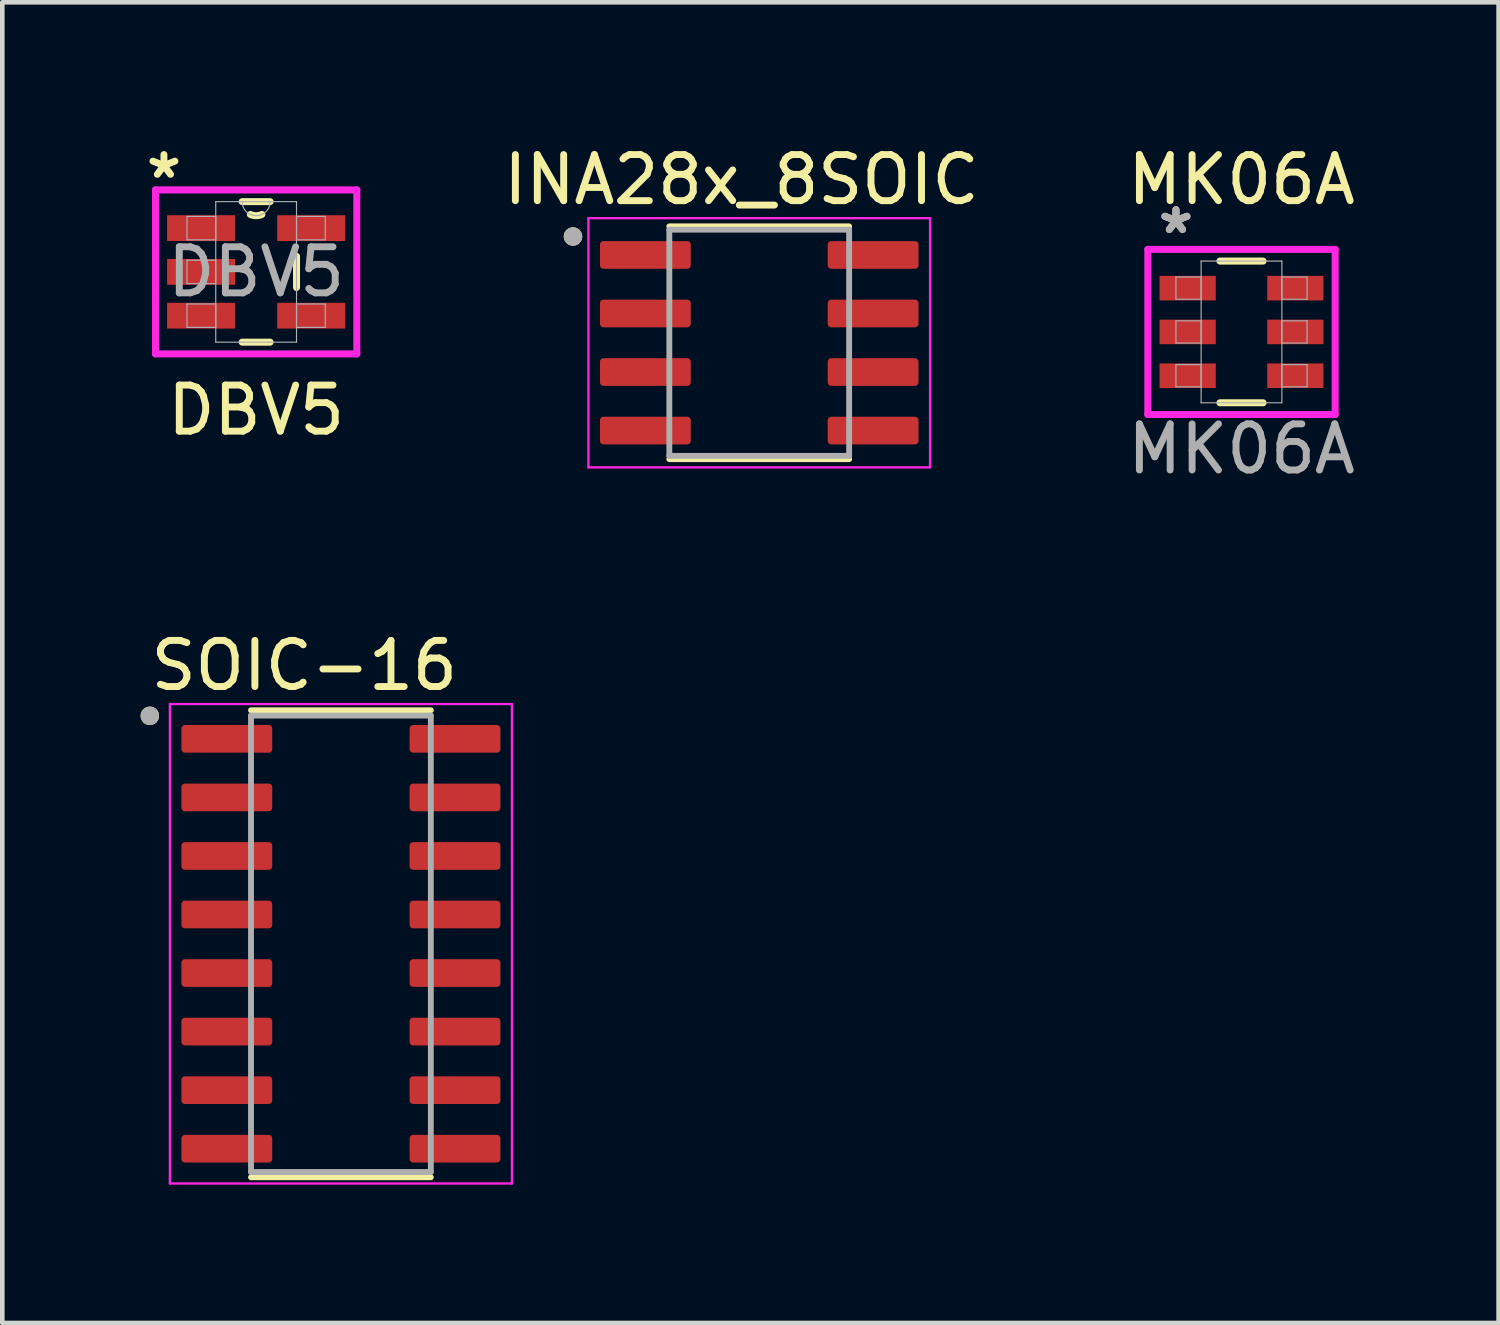
<source format=kicad_pcb>
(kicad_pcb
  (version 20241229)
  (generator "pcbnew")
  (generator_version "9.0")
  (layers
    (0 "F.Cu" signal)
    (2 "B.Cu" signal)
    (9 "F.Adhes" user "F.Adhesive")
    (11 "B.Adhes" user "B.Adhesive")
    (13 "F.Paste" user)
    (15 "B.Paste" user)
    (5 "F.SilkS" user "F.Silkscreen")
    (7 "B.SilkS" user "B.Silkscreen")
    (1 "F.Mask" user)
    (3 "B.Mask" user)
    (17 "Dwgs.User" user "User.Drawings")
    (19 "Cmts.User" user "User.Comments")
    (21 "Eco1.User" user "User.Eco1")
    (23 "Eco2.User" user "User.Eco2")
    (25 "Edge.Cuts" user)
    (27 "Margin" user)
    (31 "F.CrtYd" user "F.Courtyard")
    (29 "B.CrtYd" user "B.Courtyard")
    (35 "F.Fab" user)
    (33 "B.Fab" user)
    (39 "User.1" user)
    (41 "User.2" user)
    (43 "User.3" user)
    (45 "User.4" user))
  (footprint "INA28x_8SOIC"
    (layer "F.Cu")
    (at 13.419 4.385)
    (property "Reference" "INA28x_8SOIC" (at -0.385 -3.537 0) (layer "F.SilkS") (effects (font (size 1 1) (thickness 0.15))))
    (attr smd)
    (fp_line (start -1.95 -2.525) (end 1.95 -2.525) (stroke (width 0.127) (type solid)) (layer "F.SilkS"))
    (fp_line (start -1.95 2.525) (end 1.95 2.525) (stroke (width 0.127) (type solid)) (layer "F.SilkS"))
    (fp_circle (center -4.04 -2.305) (end -3.94 -2.305) (stroke (width 0.2) (type solid)) (fill no) (layer "F.SilkS"))
    (fp_line (start -3.705 -2.703) (end -3.705 2.703) (stroke (width 0.05) (type solid)) (layer "F.CrtYd"))
    (fp_line (start -3.705 -2.703) (end 3.705 -2.703) (stroke (width 0.05) (type solid)) (layer "F.CrtYd"))
    (fp_line (start -3.705 2.703) (end 3.705 2.703) (stroke (width 0.05) (type solid)) (layer "F.CrtYd"))
    (fp_line (start 3.705 -2.703) (end 3.705 2.703) (stroke (width 0.05) (type solid)) (layer "F.CrtYd"))
    (fp_line (start -1.95 -2.453) (end -1.95 2.453) (stroke (width 0.127) (type solid)) (layer "F.Fab"))
    (fp_line (start -1.95 -2.453) (end 1.95 -2.453) (stroke (width 0.127) (type solid)) (layer "F.Fab"))
    (fp_line (start -1.95 2.453) (end 1.95 2.453) (stroke (width 0.127) (type solid)) (layer "F.Fab"))
    (fp_line (start 1.95 -2.453) (end 1.95 2.453) (stroke (width 0.127) (type solid)) (layer "F.Fab"))
    (fp_circle (center -4.04 -2.305) (end -3.94 -2.305) (stroke (width 0.2) (type solid)) (fill no) (layer "F.Fab"))
    (pad "1" smd roundrect (at -2.47 -1.905) (size 1.97 0.6) (layers "F.Cu" "F.Mask" "F.Paste") (roundrect_rratio 0.125))
    (pad "2" smd roundrect (at -2.47 -0.635) (size 1.97 0.6) (layers "F.Cu" "F.Mask" "F.Paste") (roundrect_rratio 0.125))
    (pad "3" smd roundrect (at -2.47 0.635) (size 1.97 0.6) (layers "F.Cu" "F.Mask" "F.Paste") (roundrect_rratio 0.125))
    (pad "4" smd roundrect (at -2.47 1.905) (size 1.97 0.6) (layers "F.Cu" "F.Mask" "F.Paste") (roundrect_rratio 0.125))
    (pad "5" smd roundrect (at 2.47 1.905) (size 1.97 0.6) (layers "F.Cu" "F.Mask" "F.Paste") (roundrect_rratio 0.125))
    (pad "6" smd roundrect (at 2.47 0.635) (size 1.97 0.6) (layers "F.Cu" "F.Mask" "F.Paste") (roundrect_rratio 0.125))
    (pad "7" smd roundrect (at 2.47 -0.635) (size 1.97 0.6) (layers "F.Cu" "F.Mask" "F.Paste") (roundrect_rratio 0.125))
    (pad "8" smd roundrect (at 2.47 -1.905) (size 1.97 0.6) (layers "F.Cu" "F.Mask" "F.Paste") (roundrect_rratio 0.125)))
  (footprint "DBV5"
    (layer "F.Cu")
    (at 2.506 2.848)
    (property "Reference" "DBV5" (at 0 3 0) (unlocked yes) (layer "F.SilkS") (effects (font (size 1 1) (thickness 0.15))))
    (attr smd)
    (fp_line (start -0.303 1.524) (end 0.303 1.524) (stroke (width 0.152) (type solid)) (layer "F.SilkS"))
    (fp_line (start 0.303 -1.524) (end -0.303 -1.524) (stroke (width 0.152) (type solid)) (layer "F.SilkS"))
    (fp_line (start 0.876 0.338) (end 0.876 -0.338) (stroke (width 0.152) (type solid)) (layer "F.SilkS"))
    (fp_arc (start 0.124872 -1.245953) (mid 0 -1.2192) (end -0.124872 -1.245953) (stroke (width 0.1524) (type solid)) (layer "F.SilkS"))
    (fp_line (start -2.184 -1.778) (end 2.184 -1.778) (stroke (width 0.152) (type solid)) (layer "F.CrtYd"))
    (fp_line (start -2.184 1.778) (end -2.184 -1.778) (stroke (width 0.152) (type solid)) (layer "F.CrtYd"))
    (fp_line (start 2.184 -1.778) (end 2.184 1.778) (stroke (width 0.152) (type solid)) (layer "F.CrtYd"))
    (fp_line (start 2.184 1.778) (end -2.184 1.778) (stroke (width 0.152) (type solid)) (layer "F.CrtYd"))
    (fp_line (start -1.499 -1.204) (end -1.499 -0.696) (stroke (width 0.025) (type solid)) (layer "F.Fab"))
    (fp_line (start -1.499 -0.696) (end -0.876 -0.696) (stroke (width 0.025) (type solid)) (layer "F.Fab"))
    (fp_line (start -1.499 -0.254) (end -1.499 0.254) (stroke (width 0.025) (type solid)) (layer "F.Fab"))
    (fp_line (start -1.499 0.254) (end -0.876 0.254) (stroke (width 0.025) (type solid)) (layer "F.Fab"))
    (fp_line (start -1.499 0.696) (end -1.499 1.204) (stroke (width 0.025) (type solid)) (layer "F.Fab"))
    (fp_line (start -1.499 1.204) (end -0.876 1.204) (stroke (width 0.025) (type solid)) (layer "F.Fab"))
    (fp_line (start -0.876 -1.524) (end -0.876 1.524) (stroke (width 0.025) (type solid)) (layer "F.Fab"))
    (fp_line (start -0.876 -1.204) (end -1.499 -1.204) (stroke (width 0.025) (type solid)) (layer "F.Fab"))
    (fp_line (start -0.876 -0.696) (end -0.876 -1.204) (stroke (width 0.025) (type solid)) (layer "F.Fab"))
    (fp_line (start -0.876 -0.254) (end -1.499 -0.254) (stroke (width 0.025) (type solid)) (layer "F.Fab"))
    (fp_line (start -0.876 0.254) (end -0.876 -0.254) (stroke (width 0.025) (type solid)) (layer "F.Fab"))
    (fp_line (start -0.876 0.696) (end -1.499 0.696) (stroke (width 0.025) (type solid)) (layer "F.Fab"))
    (fp_line (start -0.876 1.204) (end -0.876 0.696) (stroke (width 0.025) (type solid)) (layer "F.Fab"))
    (fp_line (start -0.876 1.524) (end 0.876 1.524) (stroke (width 0.025) (type solid)) (layer "F.Fab"))
    (fp_line (start 0.876 -1.524) (end -0.876 -1.524) (stroke (width 0.025) (type solid)) (layer "F.Fab"))
    (fp_line (start 0.876 -1.204) (end 0.876 -0.696) (stroke (width 0.025) (type solid)) (layer "F.Fab"))
    (fp_line (start 0.876 -0.696) (end 1.499 -0.696) (stroke (width 0.025) (type solid)) (layer "F.Fab"))
    (fp_line (start 0.876 0.696) (end 0.876 1.204) (stroke (width 0.025) (type solid)) (layer "F.Fab"))
    (fp_line (start 0.876 1.204) (end 1.499 1.204) (stroke (width 0.025) (type solid)) (layer "F.Fab"))
    (fp_line (start 0.876 1.524) (end 0.876 -1.524) (stroke (width 0.025) (type solid)) (layer "F.Fab"))
    (fp_line (start 1.499 -1.204) (end 0.876 -1.204) (stroke (width 0.025) (type solid)) (layer "F.Fab"))
    (fp_line (start 1.499 -0.696) (end 1.499 -1.204) (stroke (width 0.025) (type solid)) (layer "F.Fab"))
    (fp_line (start 1.499 0.696) (end 0.876 0.696) (stroke (width 0.025) (type solid)) (layer "F.Fab"))
    (fp_line (start 1.499 1.204) (end 1.499 0.696) (stroke (width 0.025) (type solid)) (layer "F.Fab"))
    (fp_arc (start 0.3048 -1.524) (mid 0 -1.2192) (end -0.3048 -1.524) (stroke (width 0.0254) (type solid)) (layer "F.Fab"))
    (fp_text user "*" (at -2 -2 0) (unlocked yes) (layer "F.SilkS") (effects (font (size 1 1) (thickness 0.15))))
    (fp_text user "${REFERENCE}" (at 0 0 0) (unlocked yes) (layer "F.Fab") (effects (font (size 1 1) (thickness 0.15))))
    (pad "1" smd rect (at -1.194 -0.95) (size 1.473 0.559) (layers "F.Cu" "F.Mask" "F.Paste"))
    (pad "2" smd rect (at -1.194 0) (size 1.473 0.559) (layers "F.Cu" "F.Mask" "F.Paste"))
    (pad "3" smd rect (at -1.194 0.95) (size 1.473 0.559) (layers "F.Cu" "F.Mask" "F.Paste"))
    (pad "4" smd rect (at 1.194 0.95) (size 1.473 0.559) (layers "F.Cu" "F.Mask" "F.Paste"))
    (pad "5" smd rect (at 1.194 -0.95) (size 1.473 0.559) (layers "F.Cu" "F.Mask" "F.Paste")))
  (footprint "MK06A"
    (layer "F.Cu")
    (at 23.88 4.15)
    (property "Reference" "MK06A" (at 0 -3.302 0) (unlocked yes) (layer "F.SilkS") (effects (font (size 1 1) (thickness 0.15))))
    (attr smd)
    (fp_line (start -0.468 1.537) (end 0.468 1.537) (stroke (width 0.152) (type solid)) (layer "F.SilkS"))
    (fp_line (start 0.468 -1.537) (end -0.468 -1.537) (stroke (width 0.152) (type solid)) (layer "F.SilkS"))
    (fp_line (start -2.032 -1.791) (end 2.032 -1.791) (stroke (width 0.152) (type solid)) (layer "F.CrtYd"))
    (fp_line (start -2.032 1.791) (end -2.032 -1.791) (stroke (width 0.152) (type solid)) (layer "F.CrtYd"))
    (fp_line (start 2.032 -1.791) (end 2.032 1.791) (stroke (width 0.152) (type solid)) (layer "F.CrtYd"))
    (fp_line (start 2.032 1.791) (end -2.032 1.791) (stroke (width 0.152) (type solid)) (layer "F.CrtYd"))
    (fp_line (start -1.422 -1.191) (end -1.422 -0.709) (stroke (width 0.025) (type solid)) (layer "F.Fab"))
    (fp_line (start -1.422 -0.709) (end -0.876 -0.709) (stroke (width 0.025) (type solid)) (layer "F.Fab"))
    (fp_line (start -1.422 -0.241) (end -1.422 0.241) (stroke (width 0.025) (type solid)) (layer "F.Fab"))
    (fp_line (start -1.422 0.241) (end -0.876 0.241) (stroke (width 0.025) (type solid)) (layer "F.Fab"))
    (fp_line (start -1.422 0.709) (end -1.422 1.191) (stroke (width 0.025) (type solid)) (layer "F.Fab"))
    (fp_line (start -1.422 1.191) (end -0.876 1.191) (stroke (width 0.025) (type solid)) (layer "F.Fab"))
    (fp_line (start -0.876 -1.537) (end -0.876 1.537) (stroke (width 0.025) (type solid)) (layer "F.Fab"))
    (fp_line (start -0.876 -1.191) (end -1.422 -1.191) (stroke (width 0.025) (type solid)) (layer "F.Fab"))
    (fp_line (start -0.876 -0.709) (end -0.876 -1.191) (stroke (width 0.025) (type solid)) (layer "F.Fab"))
    (fp_line (start -0.876 -0.241) (end -1.422 -0.241) (stroke (width 0.025) (type solid)) (layer "F.Fab"))
    (fp_line (start -0.876 0.241) (end -0.876 -0.241) (stroke (width 0.025) (type solid)) (layer "F.Fab"))
    (fp_line (start -0.876 0.709) (end -1.422 0.709) (stroke (width 0.025) (type solid)) (layer "F.Fab"))
    (fp_line (start -0.876 1.191) (end -0.876 0.709) (stroke (width 0.025) (type solid)) (layer "F.Fab"))
    (fp_line (start -0.876 1.537) (end 0.876 1.537) (stroke (width 0.025) (type solid)) (layer "F.Fab"))
    (fp_line (start 0.876 -1.537) (end -0.876 -1.537) (stroke (width 0.025) (type solid)) (layer "F.Fab"))
    (fp_line (start 0.876 -1.191) (end 0.876 -0.709) (stroke (width 0.025) (type solid)) (layer "F.Fab"))
    (fp_line (start 0.876 -0.709) (end 1.422 -0.709) (stroke (width 0.025) (type solid)) (layer "F.Fab"))
    (fp_line (start 0.876 -0.241) (end 0.876 0.241) (stroke (width 0.025) (type solid)) (layer "F.Fab"))
    (fp_line (start 0.876 0.241) (end 1.422 0.241) (stroke (width 0.025) (type solid)) (layer "F.Fab"))
    (fp_line (start 0.876 0.709) (end 0.876 1.191) (stroke (width 0.025) (type solid)) (layer "F.Fab"))
    (fp_line (start 0.876 1.191) (end 1.422 1.191) (stroke (width 0.025) (type solid)) (layer "F.Fab"))
    (fp_line (start 0.876 1.537) (end 0.876 -1.537) (stroke (width 0.025) (type solid)) (layer "F.Fab"))
    (fp_line (start 1.422 -1.191) (end 0.876 -1.191) (stroke (width 0.025) (type solid)) (layer "F.Fab"))
    (fp_line (start 1.422 -0.709) (end 1.422 -1.191) (stroke (width 0.025) (type solid)) (layer "F.Fab"))
    (fp_line (start 1.422 -0.241) (end 0.876 -0.241) (stroke (width 0.025) (type solid)) (layer "F.Fab"))
    (fp_line (start 1.422 0.241) (end 1.422 -0.241) (stroke (width 0.025) (type solid)) (layer "F.Fab"))
    (fp_line (start 1.422 0.709) (end 0.876 0.709) (stroke (width 0.025) (type solid)) (layer "F.Fab"))
    (fp_line (start 1.422 1.191) (end 1.422 0.709) (stroke (width 0.025) (type solid)) (layer "F.Fab"))
    (fp_text user "*" (at -1.422 -2.106 0) (unlocked yes) (layer "F.SilkS") (effects (font (size 1 1) (thickness 0.15))))
    (fp_text user "*" (at -1.422 -2.106 0) (layer "F.Fab") (effects (font (size 1 1) (thickness 0.15))))
    (fp_text user "*" (at -1.422 -2.106 0) (unlocked yes) (layer "F.Fab") (effects (font (size 1 1) (thickness 0.15))))
    (fp_text user "${REFERENCE}" (at 0 2.54 0) (unlocked yes) (layer "F.Fab") (effects (font (size 1 1) (thickness 0.15))))
    (pad "1" smd rect (at -1.168 -0.95) (size 1.219 0.533) (layers "F.Cu" "F.Mask" "F.Paste"))
    (pad "2" smd rect (at -1.168 0) (size 1.219 0.533) (layers "F.Cu" "F.Mask" "F.Paste"))
    (pad "3" smd rect (at -1.168 0.95) (size 1.219 0.533) (layers "F.Cu" "F.Mask" "F.Paste"))
    (pad "4" smd rect (at 1.168 0.95) (size 1.219 0.533) (layers "F.Cu" "F.Mask" "F.Paste"))
    (pad "5" smd rect (at 1.168 0) (size 1.219 0.533) (layers "F.Cu" "F.Mask" "F.Paste"))
    (pad "6" smd rect (at 1.168 -0.95) (size 1.219 0.533) (layers "F.Cu" "F.Mask" "F.Paste")))
  (footprint "SOIC-16"
    (layer "F.Cu")
    (at 4.345 17.422)
    (property "Reference" "SOIC-16" (at -0.795 -6.035 0) (layer "F.SilkS") (effects (font (size 1 1) (thickness 0.15))))
    (attr smd)
    (fp_line (start -1.95 -5.065) (end 1.95 -5.065) (stroke (width 0.127) (type solid)) (layer "F.SilkS"))
    (fp_line (start -1.95 5.065) (end 1.95 5.065) (stroke (width 0.127) (type solid)) (layer "F.SilkS"))
    (fp_circle (center -4.145 -4.945) (end -4.045 -4.945) (stroke (width 0.2) (type solid)) (fill no) (layer "F.SilkS"))
    (fp_line (start -3.71 -5.2) (end -3.71 5.2) (stroke (width 0.05) (type solid)) (layer "F.CrtYd"))
    (fp_line (start -3.71 -5.2) (end 3.71 -5.2) (stroke (width 0.05) (type solid)) (layer "F.CrtYd"))
    (fp_line (start -3.71 5.2) (end 3.71 5.2) (stroke (width 0.05) (type solid)) (layer "F.CrtYd"))
    (fp_line (start 3.71 -5.2) (end 3.71 5.2) (stroke (width 0.05) (type solid)) (layer "F.CrtYd"))
    (fp_line (start -1.95 -4.95) (end -1.95 4.95) (stroke (width 0.127) (type solid)) (layer "F.Fab"))
    (fp_line (start -1.95 -4.95) (end 1.95 -4.95) (stroke (width 0.127) (type solid)) (layer "F.Fab"))
    (fp_line (start -1.95 4.95) (end 1.95 4.95) (stroke (width 0.127) (type solid)) (layer "F.Fab"))
    (fp_line (start 1.95 -4.95) (end 1.95 4.95) (stroke (width 0.127) (type solid)) (layer "F.Fab"))
    (fp_circle (center -4.145 -4.945) (end -4.045 -4.945) (stroke (width 0.2) (type solid)) (fill no) (layer "F.Fab"))
    (pad "1" smd roundrect (at -2.475 -4.445) (size 1.97 0.6) (layers "F.Cu" "F.Mask" "F.Paste") (roundrect_rratio 0.125))
    (pad "2" smd roundrect (at -2.475 -3.175) (size 1.97 0.6) (layers "F.Cu" "F.Mask" "F.Paste") (roundrect_rratio 0.125))
    (pad "3" smd roundrect (at -2.475 -1.905) (size 1.97 0.6) (layers "F.Cu" "F.Mask" "F.Paste") (roundrect_rratio 0.125))
    (pad "4" smd roundrect (at -2.475 -0.635) (size 1.97 0.6) (layers "F.Cu" "F.Mask" "F.Paste") (roundrect_rratio 0.125))
    (pad "5" smd roundrect (at -2.475 0.635) (size 1.97 0.6) (layers "F.Cu" "F.Mask" "F.Paste") (roundrect_rratio 0.125))
    (pad "6" smd roundrect (at -2.475 1.905) (size 1.97 0.6) (layers "F.Cu" "F.Mask" "F.Paste") (roundrect_rratio 0.125))
    (pad "7" smd roundrect (at -2.475 3.175) (size 1.97 0.6) (layers "F.Cu" "F.Mask" "F.Paste") (roundrect_rratio 0.125))
    (pad "8" smd roundrect (at -2.475 4.445) (size 1.97 0.6) (layers "F.Cu" "F.Mask" "F.Paste") (roundrect_rratio 0.125))
    (pad "9" smd roundrect (at 2.475 4.445) (size 1.97 0.6) (layers "F.Cu" "F.Mask" "F.Paste") (roundrect_rratio 0.125))
    (pad "10" smd roundrect (at 2.475 3.175) (size 1.97 0.6) (layers "F.Cu" "F.Mask" "F.Paste") (roundrect_rratio 0.125))
    (pad "11" smd roundrect (at 2.475 1.905) (size 1.97 0.6) (layers "F.Cu" "F.Mask" "F.Paste") (roundrect_rratio 0.125))
    (pad "12" smd roundrect (at 2.475 0.635) (size 1.97 0.6) (layers "F.Cu" "F.Mask" "F.Paste") (roundrect_rratio 0.125))
    (pad "13" smd roundrect (at 2.475 -0.635) (size 1.97 0.6) (layers "F.Cu" "F.Mask" "F.Paste") (roundrect_rratio 0.125))
    (pad "14" smd roundrect (at 2.475 -1.905) (size 1.97 0.6) (layers "F.Cu" "F.Mask" "F.Paste") (roundrect_rratio 0.125))
    (pad "15" smd roundrect (at 2.475 -3.175) (size 1.97 0.6) (layers "F.Cu" "F.Mask" "F.Paste") (roundrect_rratio 0.125))
    (pad "16" smd roundrect (at 2.475 -4.445) (size 1.97 0.6) (layers "F.Cu" "F.Mask" "F.Paste") (roundrect_rratio 0.125)))
  (gr_rect
    (start -3 -3)
    (end 29.457 25.647)
    (stroke (width 0.1) (type default))
    (fill no)
    (layer "Edge.Cuts")))
</source>
